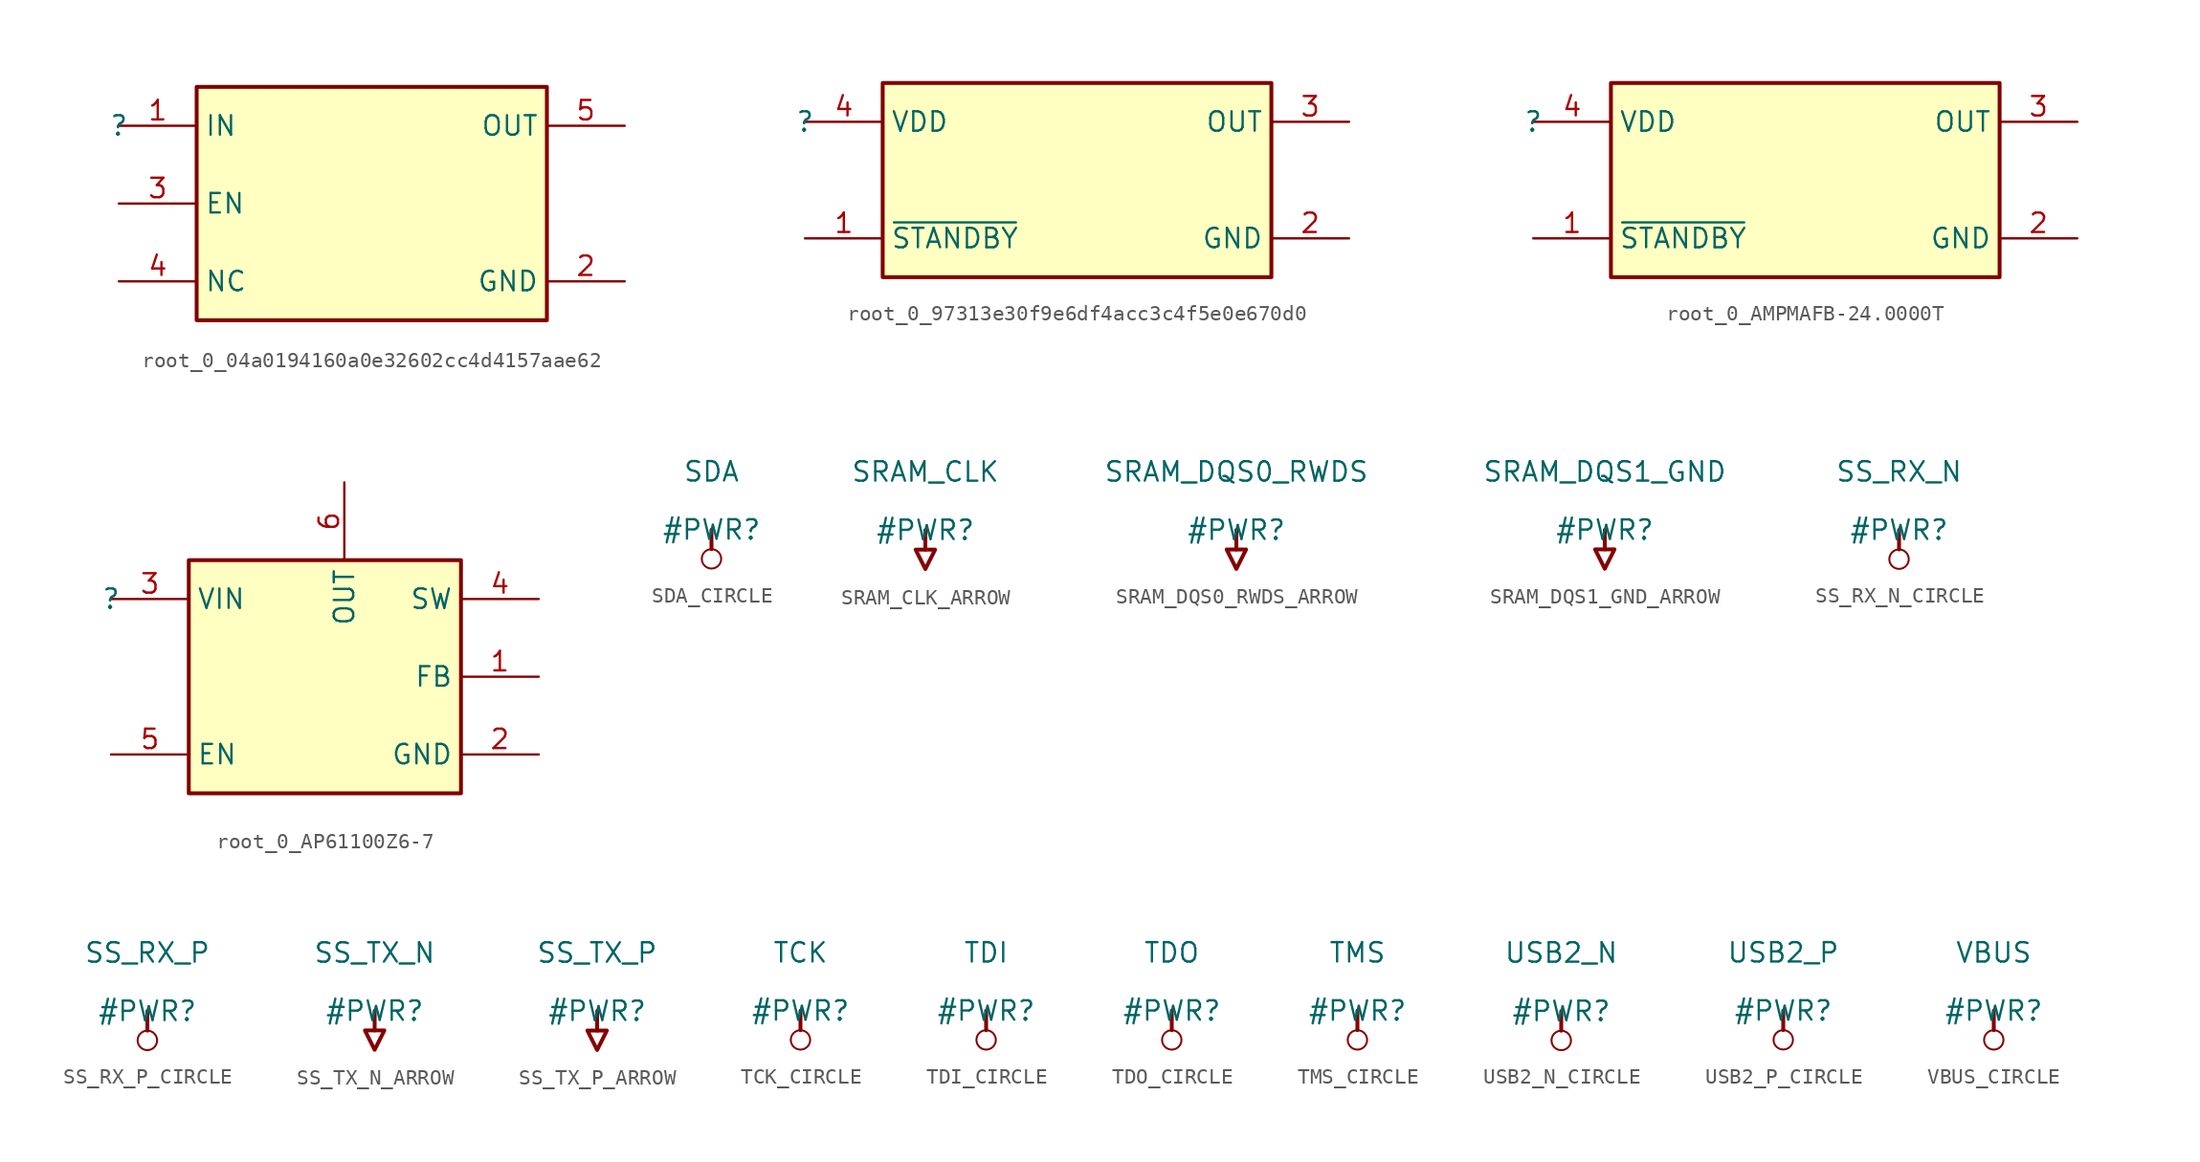
<source format=kicad_sym>
(kicad_symbol_lib
  (version 20231120)
  (generator "kicad_symbol_editor")
  (generator_version "8.0")
  (symbol "root_0_04a0194160a0e32602cc4d4157aae62"
    (property "Reference" ""
      (at 0 0 0)
      (effects (font (size 1.27 1.27))))
    (property "Value" ""
      (at 0 0 0)
      (effects (font (size 1.27 1.27))))
    (symbol "root_0_04a0194160a0e32602cc4d4157aae62_1_0"
      (rectangle (start 27.94 2.54) (end 5.08 -12.7) (stroke (width 0.254) (type solid) (color 128 0 0 1)) (fill (type background)))
      (pin power_in line (at 0 0 0) (length 5.08) (name "IN" (effects (font (size 1.27 1.27)))) (number "1" (effects (font (size 1.27 1.27)))))
      (pin power_in line (at 33.02 -10.16 180) (length 5.08) (name "GND" (effects (font (size 1.27 1.27)))) (number "2" (effects (font (size 1.27 1.27)))))
      (pin input line (at 0 -5.08 0) (length 5.08) (name "EN" (effects (font (size 1.27 1.27)))) (number "3" (effects (font (size 1.27 1.27)))))
      (pin passive line (at 0 -10.16 0) (length 5.08) (name "NC" (effects (font (size 1.27 1.27)))) (number "4" (effects (font (size 1.27 1.27)))))
      (pin power_in line (at 33.02 0 180) (length 5.08) (name "OUT" (effects (font (size 1.27 1.27)))) (number "5" (effects (font (size 1.27 1.27)))))))
  (symbol "root_0_97313e30f9e6df4acc3c4f5e0e670d0"
    (property "Reference" ""
      (at 0 0 0)
      (effects (font (size 1.27 1.27))))
    (property "Value" ""
      (at 0 0 0)
      (effects (font (size 1.27 1.27))))
    (symbol "root_0_97313e30f9e6df4acc3c4f5e0e670d0_1_0"
      (rectangle (start 30.48 2.54) (end 5.08 -10.16) (stroke (width 0.254) (type solid) (color 128 0 0 1)) (fill (type background)))
      (pin input line (at 0 -7.62 0) (length 5.08) (name "~{STANDBY}" (effects (font (size 1.27 1.27)))) (number "1" (effects (font (size 1.27 1.27)))))
      (pin power_in line (at 35.56 -7.62 180) (length 5.08) (name "GND" (effects (font (size 1.27 1.27)))) (number "2" (effects (font (size 1.27 1.27)))))
      (pin output line (at 35.56 0 180) (length 5.08) (name "OUT" (effects (font (size 1.27 1.27)))) (number "3" (effects (font (size 1.27 1.27)))))
      (pin power_in line (at 0 0 0) (length 5.08) (name "VDD" (effects (font (size 1.27 1.27)))) (number "4" (effects (font (size 1.27 1.27)))))))
  (symbol "root_0_AMPMAFB-24.0000T"
    (property "Reference" ""
      (at 0 0 0)
      (effects (font (size 1.27 1.27))))
    (property "Value" ""
      (at 0 0 0)
      (effects (font (size 1.27 1.27))))
    (symbol "root_0_AMPMAFB-24.0000T_1_0"
      (rectangle (start 30.48 2.54) (end 5.08 -10.16) (stroke (width 0.254) (type solid) (color 128 0 0 1)) (fill (type background)))
      (pin input line (at 0 -7.62 0) (length 5.08) (name "~{STANDBY}" (effects (font (size 1.27 1.27)))) (number "1" (effects (font (size 1.27 1.27)))))
      (pin power_in line (at 35.56 -7.62 180) (length 5.08) (name "GND" (effects (font (size 1.27 1.27)))) (number "2" (effects (font (size 1.27 1.27)))))
      (pin output line (at 35.56 0 180) (length 5.08) (name "OUT" (effects (font (size 1.27 1.27)))) (number "3" (effects (font (size 1.27 1.27)))))
      (pin power_in line (at 0 0 0) (length 5.08) (name "VDD" (effects (font (size 1.27 1.27)))) (number "4" (effects (font (size 1.27 1.27)))))))
  (symbol "root_0_AP61100Z6-7"
    (property "Reference" ""
      (at 0 0 0)
      (effects (font (size 1.27 1.27))))
    (property "Value" ""
      (at 0 0 0)
      (effects (font (size 1.27 1.27))))
    (symbol "root_0_AP61100Z6-7_1_0"
      (rectangle (start 22.86 2.54) (end 5.08 -12.7) (stroke (width 0.254) (type solid) (color 128 0 0 1)) (fill (type background)))
      (pin passive line (at 27.94 -5.08 180) (length 5.08) (name "FB" (effects (font (size 1.27 1.27)))) (number "1" (effects (font (size 1.27 1.27)))))
      (pin passive line (at 27.94 -10.16 180) (length 5.08) (name "GND" (effects (font (size 1.27 1.27)))) (number "2" (effects (font (size 1.27 1.27)))))
      (pin passive line (at 0 0 0) (length 5.08) (name "VIN" (effects (font (size 1.27 1.27)))) (number "3" (effects (font (size 1.27 1.27)))))
      (pin passive line (at 27.94 0 180) (length 5.08) (name "SW" (effects (font (size 1.27 1.27)))) (number "4" (effects (font (size 1.27 1.27)))))
      (pin passive line (at 0 -10.16 0) (length 5.08) (name "EN" (effects (font (size 1.27 1.27)))) (number "5" (effects (font (size 1.27 1.27)))))
      (pin passive line (at 15.24 7.62 270) (length 5.08) (name "OUT" (effects (font (size 1.27 1.27)))) (number "6" (effects (font (size 1.27 1.27)))))))
  (symbol "SDA_CIRCLE"
    (power)
    (property "Reference" "#PWR"
      (at 0 0 0)
      (effects (font (size 1.27 1.27))))
    (property "Value" "SDA"
      (at 0 3.81 0)
      (effects (font (size 1.27 1.27))))
    (symbol "SDA_CIRCLE_0_0"
      (circle (center 0 -1.905) (radius 0.635) (stroke (width 0.127) (type solid)) (fill (type none)))
      (polyline (pts (xy 0 0) (xy 0 -1.27)) (stroke (width 0.254) (type solid)) (fill (type none)))
      (pin power_in line (at 0 0 0) (length 0) hide (name "SDA" (effects (font (size 1.27 1.27)))) (number "" (effects (font (size 1.27 1.27)))))))
  (symbol "SRAM_CLK_ARROW"
    (power)
    (property "Reference" "#PWR"
      (at 0 0 0)
      (effects (font (size 1.27 1.27))))
    (property "Value" "SRAM_CLK"
      (at 0 3.81 0)
      (effects (font (size 1.27 1.27))))
    (symbol "SRAM_CLK_ARROW_0_0"
      (polyline (pts (xy 0 0) (xy 0 -1.27)) (stroke (width 0.254) (type solid)) (fill (type none)))
      (polyline (pts (xy -0.635 -1.27) (xy 0.635 -1.27) (xy 0 -2.54) (xy -0.635 -1.27)) (stroke (width 0.254) (type solid)) (fill (type none)))
      (pin power_in line (at 0 0 0) (length 0) hide (name "SRAM_CLK" (effects (font (size 1.27 1.27)))) (number "" (effects (font (size 1.27 1.27)))))))
  (symbol "SRAM_DQS0_RWDS_ARROW"
    (power)
    (property "Reference" "#PWR"
      (at 0 0 0)
      (effects (font (size 1.27 1.27))))
    (property "Value" "SRAM_DQS0_RWDS"
      (at 0 3.81 0)
      (effects (font (size 1.27 1.27))))
    (symbol "SRAM_DQS0_RWDS_ARROW_0_0"
      (polyline (pts (xy 0 0) (xy 0 -1.27)) (stroke (width 0.254) (type solid)) (fill (type none)))
      (polyline (pts (xy -0.635 -1.27) (xy 0.635 -1.27) (xy 0 -2.54) (xy -0.635 -1.27)) (stroke (width 0.254) (type solid)) (fill (type none)))
      (pin power_in line (at 0 0 0) (length 0) hide (name "SRAM_DQS0_RWDS" (effects (font (size 1.27 1.27)))) (number "" (effects (font (size 1.27 1.27)))))))
  (symbol "SRAM_DQS1_GND_ARROW"
    (power)
    (property "Reference" "#PWR"
      (at 0 0 0)
      (effects (font (size 1.27 1.27))))
    (property "Value" "SRAM_DQS1_GND"
      (at 0 3.81 0)
      (effects (font (size 1.27 1.27))))
    (symbol "SRAM_DQS1_GND_ARROW_0_0"
      (polyline (pts (xy 0 0) (xy 0 -1.27)) (stroke (width 0.254) (type solid)) (fill (type none)))
      (polyline (pts (xy -0.635 -1.27) (xy 0.635 -1.27) (xy 0 -2.54) (xy -0.635 -1.27)) (stroke (width 0.254) (type solid)) (fill (type none)))
      (pin power_in line (at 0 0 0) (length 0) hide (name "SRAM_DQS1_GND" (effects (font (size 1.27 1.27)))) (number "" (effects (font (size 1.27 1.27)))))))
  (symbol "SS_RX_N_CIRCLE"
    (power)
    (property "Reference" "#PWR"
      (at 0 0 0)
      (effects (font (size 1.27 1.27))))
    (property "Value" "SS_RX_N"
      (at 0 3.81 0)
      (effects (font (size 1.27 1.27))))
    (symbol "SS_RX_N_CIRCLE_0_0"
      (circle (center 0 -1.905) (radius 0.635) (stroke (width 0.127) (type solid)) (fill (type none)))
      (polyline (pts (xy 0 0) (xy 0 -1.27)) (stroke (width 0.254) (type solid)) (fill (type none)))
      (pin power_in line (at 0 0 0) (length 0) hide (name "SS_RX_N" (effects (font (size 1.27 1.27)))) (number "" (effects (font (size 1.27 1.27)))))))
  (symbol "SS_RX_P_CIRCLE"
    (power)
    (property "Reference" "#PWR"
      (at 0 0 0)
      (effects (font (size 1.27 1.27))))
    (property "Value" "SS_RX_P"
      (at 0 3.81 0)
      (effects (font (size 1.27 1.27))))
    (symbol "SS_RX_P_CIRCLE_0_0"
      (circle (center 0 -1.905) (radius 0.635) (stroke (width 0.127) (type solid)) (fill (type none)))
      (polyline (pts (xy 0 0) (xy 0 -1.27)) (stroke (width 0.254) (type solid)) (fill (type none)))
      (pin power_in line (at 0 0 0) (length 0) hide (name "SS_RX_P" (effects (font (size 1.27 1.27)))) (number "" (effects (font (size 1.27 1.27)))))))
  (symbol "SS_TX_N_ARROW"
    (power)
    (property "Reference" "#PWR"
      (at 0 0 0)
      (effects (font (size 1.27 1.27))))
    (property "Value" "SS_TX_N"
      (at 0 3.81 0)
      (effects (font (size 1.27 1.27))))
    (symbol "SS_TX_N_ARROW_0_0"
      (polyline (pts (xy 0 0) (xy 0 -1.27)) (stroke (width 0.254) (type solid)) (fill (type none)))
      (polyline (pts (xy -0.635 -1.27) (xy 0.635 -1.27) (xy 0 -2.54) (xy -0.635 -1.27)) (stroke (width 0.254) (type solid)) (fill (type none)))
      (pin power_in line (at 0 0 0) (length 0) hide (name "SS_TX_N" (effects (font (size 1.27 1.27)))) (number "" (effects (font (size 1.27 1.27)))))))
  (symbol "SS_TX_P_ARROW"
    (power)
    (property "Reference" "#PWR"
      (at 0 0 0)
      (effects (font (size 1.27 1.27))))
    (property "Value" "SS_TX_P"
      (at 0 3.81 0)
      (effects (font (size 1.27 1.27))))
    (symbol "SS_TX_P_ARROW_0_0"
      (polyline (pts (xy 0 0) (xy 0 -1.27)) (stroke (width 0.254) (type solid)) (fill (type none)))
      (polyline (pts (xy -0.635 -1.27) (xy 0.635 -1.27) (xy 0 -2.54) (xy -0.635 -1.27)) (stroke (width 0.254) (type solid)) (fill (type none)))
      (pin power_in line (at 0 0 0) (length 0) hide (name "SS_TX_P" (effects (font (size 1.27 1.27)))) (number "" (effects (font (size 1.27 1.27)))))))
  (symbol "TCK_CIRCLE"
    (power)
    (property "Reference" "#PWR"
      (at 0 0 0)
      (effects (font (size 1.27 1.27))))
    (property "Value" "TCK"
      (at 0 3.81 0)
      (effects (font (size 1.27 1.27))))
    (symbol "TCK_CIRCLE_0_0"
      (circle (center 0 -1.905) (radius 0.635) (stroke (width 0.127) (type solid)) (fill (type none)))
      (polyline (pts (xy 0 0) (xy 0 -1.27)) (stroke (width 0.254) (type solid)) (fill (type none)))
      (pin power_in line (at 0 0 0) (length 0) hide (name "TCK" (effects (font (size 1.27 1.27)))) (number "" (effects (font (size 1.27 1.27)))))))
  (symbol "TDI_CIRCLE"
    (power)
    (property "Reference" "#PWR"
      (at 0 0 0)
      (effects (font (size 1.27 1.27))))
    (property "Value" "TDI"
      (at 0 3.81 0)
      (effects (font (size 1.27 1.27))))
    (symbol "TDI_CIRCLE_0_0"
      (circle (center 0 -1.905) (radius 0.635) (stroke (width 0.127) (type solid)) (fill (type none)))
      (polyline (pts (xy 0 0) (xy 0 -1.27)) (stroke (width 0.254) (type solid)) (fill (type none)))
      (pin power_in line (at 0 0 0) (length 0) hide (name "TDI" (effects (font (size 1.27 1.27)))) (number "" (effects (font (size 1.27 1.27)))))))
  (symbol "TDO_CIRCLE"
    (power)
    (property "Reference" "#PWR"
      (at 0 0 0)
      (effects (font (size 1.27 1.27))))
    (property "Value" "TDO"
      (at 0 3.81 0)
      (effects (font (size 1.27 1.27))))
    (symbol "TDO_CIRCLE_0_0"
      (circle (center 0 -1.905) (radius 0.635) (stroke (width 0.127) (type solid)) (fill (type none)))
      (polyline (pts (xy 0 0) (xy 0 -1.27)) (stroke (width 0.254) (type solid)) (fill (type none)))
      (pin power_in line (at 0 0 0) (length 0) hide (name "TDO" (effects (font (size 1.27 1.27)))) (number "" (effects (font (size 1.27 1.27)))))))
  (symbol "TMS_CIRCLE"
    (power)
    (property "Reference" "#PWR"
      (at 0 0 0)
      (effects (font (size 1.27 1.27))))
    (property "Value" "TMS"
      (at 0 3.81 0)
      (effects (font (size 1.27 1.27))))
    (symbol "TMS_CIRCLE_0_0"
      (circle (center 0 -1.905) (radius 0.635) (stroke (width 0.127) (type solid)) (fill (type none)))
      (polyline (pts (xy 0 0) (xy 0 -1.27)) (stroke (width 0.254) (type solid)) (fill (type none)))
      (pin power_in line (at 0 0 0) (length 0) hide (name "TMS" (effects (font (size 1.27 1.27)))) (number "" (effects (font (size 1.27 1.27)))))))
  (symbol "USB2_N_CIRCLE"
    (power)
    (property "Reference" "#PWR"
      (at 0 0 0)
      (effects (font (size 1.27 1.27))))
    (property "Value" "USB2_N"
      (at 0 3.81 0)
      (effects (font (size 1.27 1.27))))
    (symbol "USB2_N_CIRCLE_0_0"
      (circle (center 0 -1.905) (radius 0.635) (stroke (width 0.127) (type solid)) (fill (type none)))
      (polyline (pts (xy 0 0) (xy 0 -1.27)) (stroke (width 0.254) (type solid)) (fill (type none)))
      (pin power_in line (at 0 0 0) (length 0) hide (name "USB2_N" (effects (font (size 1.27 1.27)))) (number "" (effects (font (size 1.27 1.27)))))))
  (symbol "USB2_P_CIRCLE"
    (power)
    (property "Reference" "#PWR"
      (at 0 0 0)
      (effects (font (size 1.27 1.27))))
    (property "Value" "USB2_P"
      (at 0 3.81 0)
      (effects (font (size 1.27 1.27))))
    (symbol "USB2_P_CIRCLE_0_0"
      (circle (center 0 -1.905) (radius 0.635) (stroke (width 0.127) (type solid)) (fill (type none)))
      (polyline (pts (xy 0 0) (xy 0 -1.27)) (stroke (width 0.254) (type solid)) (fill (type none)))
      (pin power_in line (at 0 0 0) (length 0) hide (name "USB2_P" (effects (font (size 1.27 1.27)))) (number "" (effects (font (size 1.27 1.27)))))))
  (symbol "VBUS_CIRCLE"
    (power)
    (property "Reference" "#PWR"
      (at 0 0 0)
      (effects (font (size 1.27 1.27))))
    (property "Value" "VBUS"
      (at 0 3.81 0)
      (effects (font (size 1.27 1.27))))
    (symbol "VBUS_CIRCLE_0_0"
      (circle (center 0 -1.905) (radius 0.635) (stroke (width 0.127) (type solid)) (fill (type none)))
      (polyline (pts (xy 0 0) (xy 0 -1.27)) (stroke (width 0.254) (type solid)) (fill (type none)))
      (pin power_in line (at 0 0 0) (length 0) hide (name "VBUS" (effects (font (size 1.27 1.27)))) (number "" (effects (font (size 1.27 1.27))))))))
</source>
